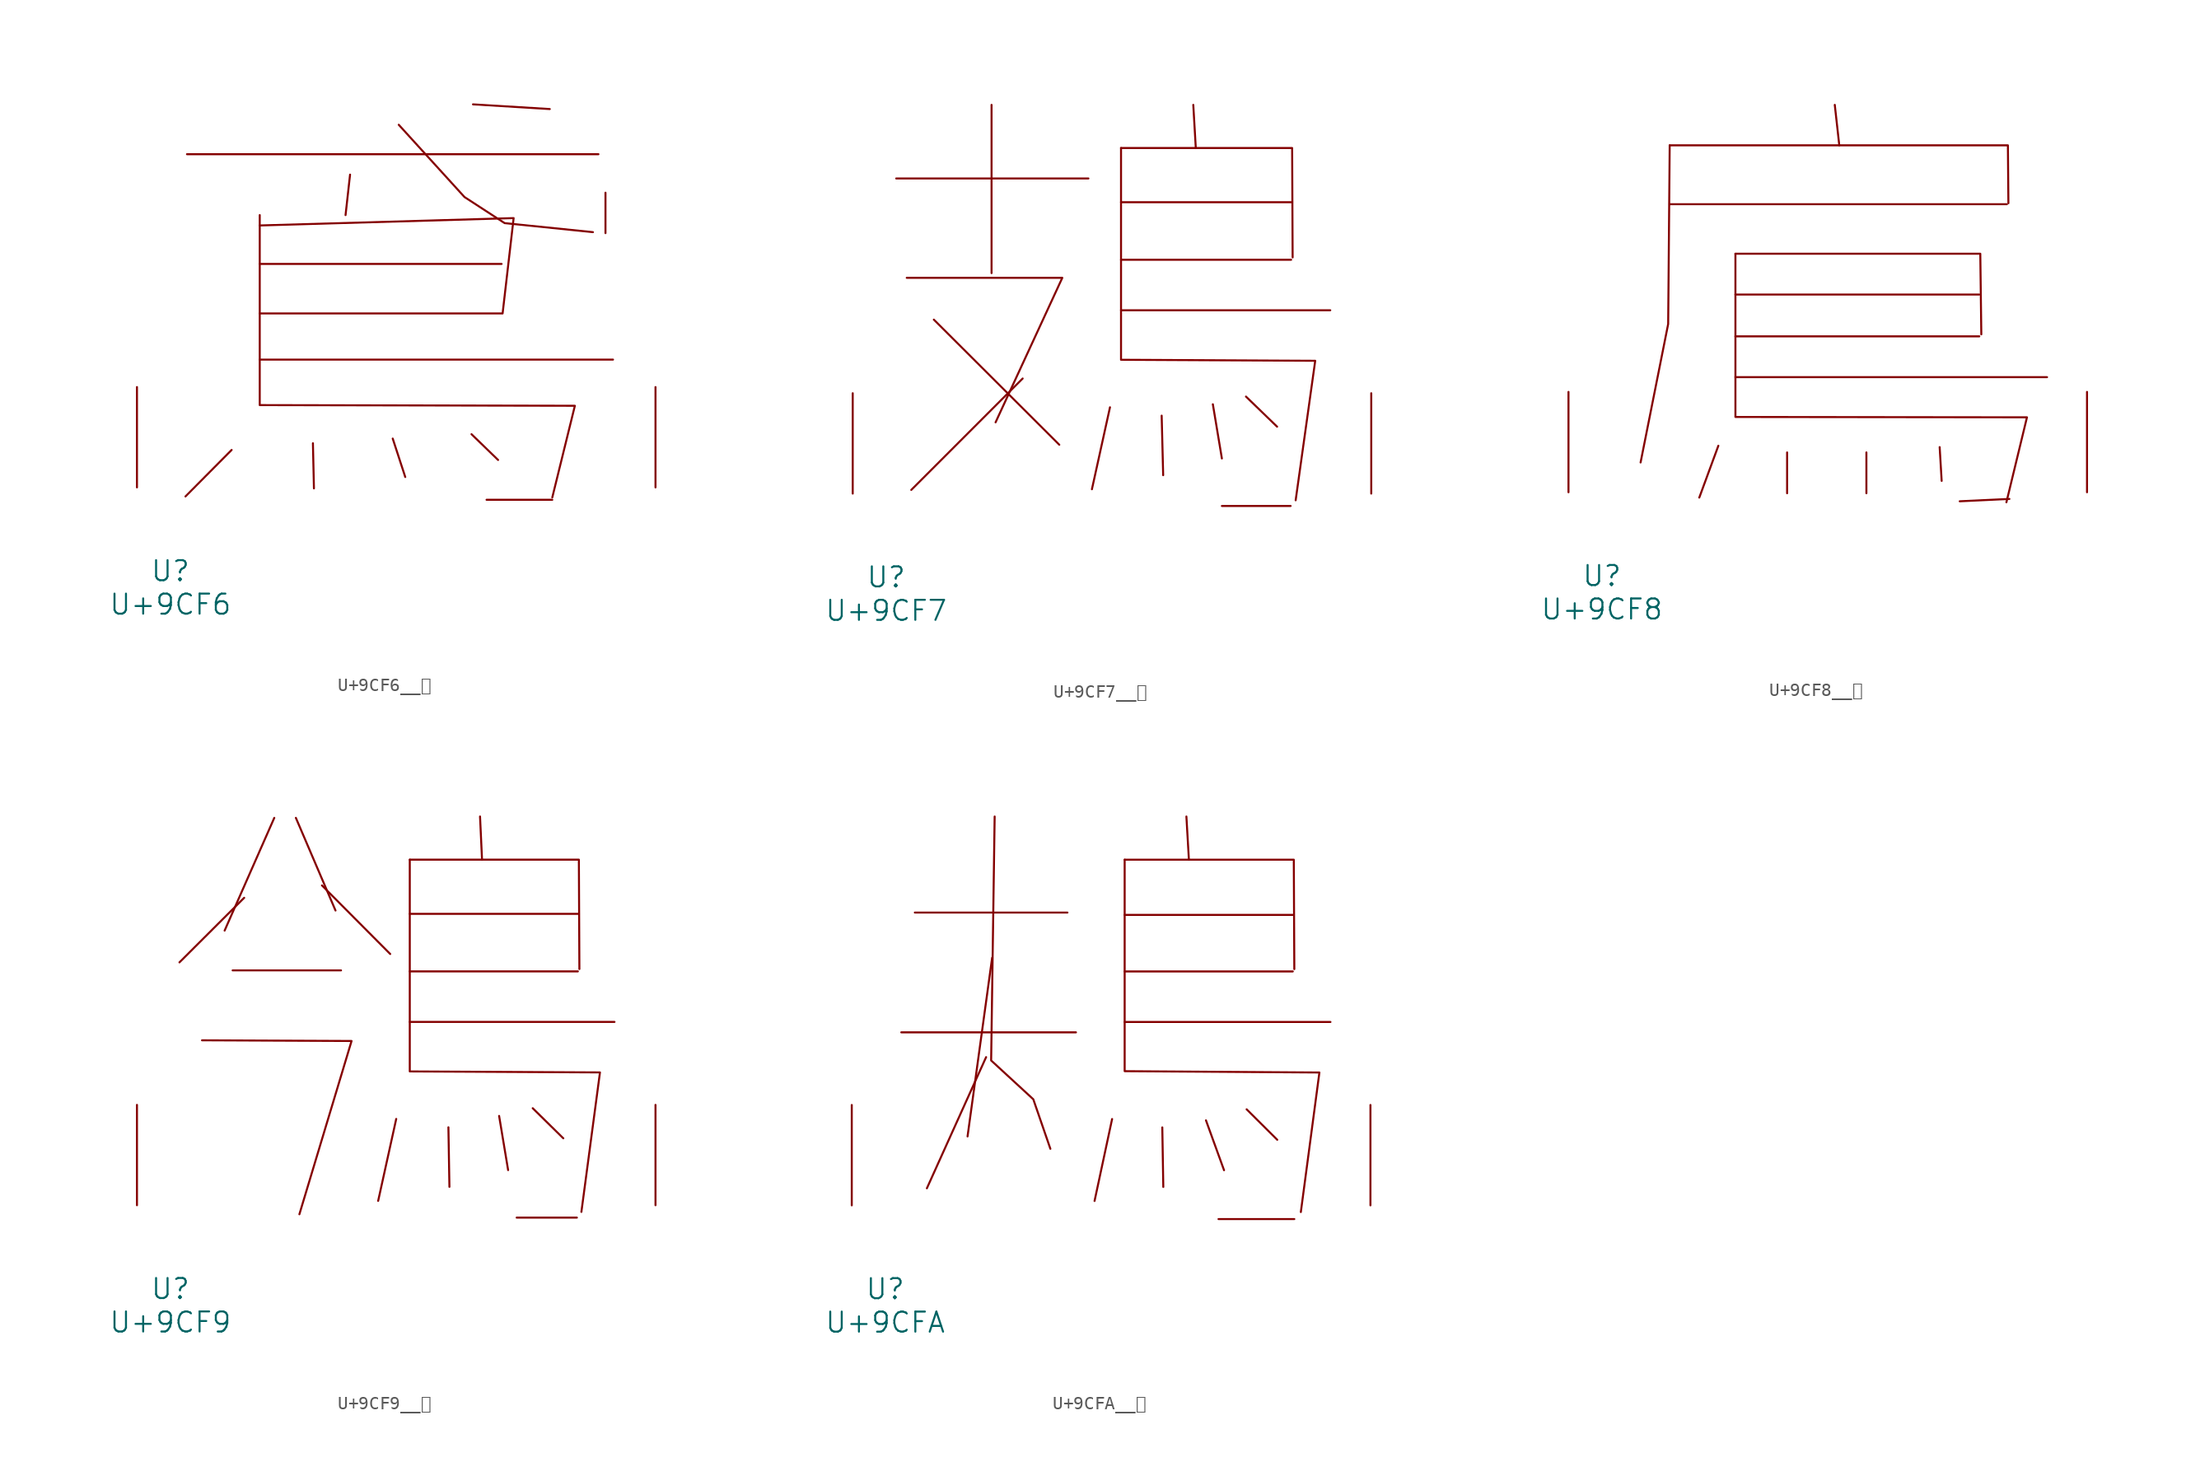
<source format=kicad_sym>
(kicad_symbol_lib
  (version 20231120)
  (generator "kicad_symbol_editor")
  (generator_version "8.0")
  (symbol "U+9CF6__鳶"
    (pin_names
      (offset 1.016))
    (property "Reference" "U"
      (at 0 -6.35 0)
      (effects (font (size 1.524 1.524))))
    (property "Value" "U+9CF6"
      (at 0 -8.89 0)
      (effects (font (size 1.524 1.524))))
    (symbol "U+9CF6__鳶_0_1"
      (polyline (pts (xy 1.257 25.298) (xy 32.499 25.298)) (stroke (width 0) (type solid)) (fill (type none)))
      (polyline (pts (xy 4.648 2.845) (xy 1.143 -0.686)) (stroke (width 0) (type solid)) (fill (type none)))
      (polyline (pts (xy 6.782 9.703) (xy 33.604 9.703)) (stroke (width 0) (type solid)) (fill (type none)))
      (polyline (pts (xy 6.782 13.208) (xy 25.146 13.208)) (stroke (width 0) (type solid)) (fill (type none)))
      (polyline (pts (xy 6.782 16.967) (xy 25.146 16.967)) (stroke (width 0) (type solid)) (fill (type none)))
      (polyline (pts (xy 10.82 3.353) (xy 10.897 -0.076)) (stroke (width 0) (type solid)) (fill (type none)))
      (polyline (pts (xy 13.64 23.749) (xy 13.297 20.676)) (stroke (width 0) (type solid)) (fill (type none)))
      (polyline (pts (xy 16.878 3.708) (xy 17.831 0.787)) (stroke (width 0) (type solid)) (fill (type none)))
      (polyline (pts (xy 22.86 4.039) (xy 24.879 2.083)) (stroke (width 0) (type solid)) (fill (type none)))
      (polyline (pts (xy 22.974 29.083) (xy 28.804 28.727)) (stroke (width 0) (type solid)) (fill (type none)))
      (polyline (pts (xy 24.003 -0.94) (xy 28.994 -0.94)) (stroke (width 0) (type solid)) (fill (type none)))
      (polyline (pts (xy 33.033 22.377) (xy 33.033 19.304)) (stroke (width 0) (type solid)) (fill (type none)))
      (polyline (pts (xy 6.782 19.888) (xy 26.06 20.447) (xy 25.222 13.208)) (stroke (width 0) (type solid)) (fill (type none)))
      (polyline (pts (xy 6.782 20.676) (xy 6.782 6.248) (xy 30.709 6.198) (xy 28.994 -0.762)) (stroke (width 0) (type solid)) (fill (type none)))
      (polyline (pts (xy 17.335 27.534) (xy 22.327 22.047) (xy 25.375 20.066) (xy 32.08 19.38)) (stroke (width 0) (type solid)) (fill (type none)))
      (pin input line (at -2.54 0 90) (length 7.62) (name "~" (effects (font (size 1.27 1.27)))) (number "~" (effects (font (size 1.27 1.27)))))
      (pin input line (at 36.83 0 90) (length 7.62) (name "~" (effects (font (size 1.27 1.27)))) (number "~" (effects (font (size 1.27 1.27)))))))
  (symbol "U+9CF7__鳷"
    (pin_names
      (offset 1.016))
    (property "Reference" "U"
      (at 0 -6.35 0)
      (effects (font (size 1.524 1.524))))
    (property "Value" "U+9CF7"
      (at 0 -8.89 0)
      (effects (font (size 1.524 1.524))))
    (symbol "U+9CF7__鳷_0_1"
      (polyline (pts (xy 0.762 23.927) (xy 15.354 23.927)) (stroke (width 0) (type solid)) (fill (type none)))
      (polyline (pts (xy 3.619 13.208) (xy 13.145 3.708)) (stroke (width 0) (type solid)) (fill (type none)))
      (polyline (pts (xy 8.001 29.515) (xy 8.001 16.739)) (stroke (width 0) (type solid)) (fill (type none)))
      (polyline (pts (xy 10.363 8.738) (xy 1.905 0.279)) (stroke (width 0) (type solid)) (fill (type none)))
      (polyline (pts (xy 16.993 6.553) (xy 15.621 0.33)) (stroke (width 0) (type solid)) (fill (type none)))
      (polyline (pts (xy 17.831 13.919) (xy 33.718 13.919)) (stroke (width 0) (type solid)) (fill (type none)))
      (polyline (pts (xy 17.831 17.755) (xy 30.747 17.755)) (stroke (width 0) (type solid)) (fill (type none)))
      (polyline (pts (xy 17.831 22.123) (xy 30.747 22.123)) (stroke (width 0) (type solid)) (fill (type none)))
      (polyline (pts (xy 20.917 5.918) (xy 21.031 1.397)) (stroke (width 0) (type solid)) (fill (type none)))
      (polyline (pts (xy 23.317 29.515) (xy 23.508 26.238)) (stroke (width 0) (type solid)) (fill (type none)))
      (polyline (pts (xy 24.803 6.782) (xy 25.489 2.667)) (stroke (width 0) (type solid)) (fill (type none)))
      (polyline (pts (xy 25.489 -0.94) (xy 30.709 -0.94)) (stroke (width 0) (type solid)) (fill (type none)))
      (polyline (pts (xy 27.318 7.366) (xy 29.68 5.08)) (stroke (width 0) (type solid)) (fill (type none)))
      (polyline (pts (xy 1.562 16.383) (xy 13.373 16.383) (xy 8.306 5.41)) (stroke (width 0) (type solid)) (fill (type none)))
      (polyline (pts (xy 17.831 26.238) (xy 30.823 26.238) (xy 30.861 17.932)) (stroke (width 0) (type solid)) (fill (type none)))
      (polyline (pts (xy 17.831 26.238) (xy 17.831 10.16) (xy 32.575 10.084) (xy 31.09 -0.508)) (stroke (width 0) (type solid)) (fill (type none)))
      (pin input line (at -2.54 0 90) (length 7.62) (name "~" (effects (font (size 1.27 1.27)))) (number "~" (effects (font (size 1.27 1.27)))))
      (pin input line (at 36.83 0 90) (length 7.62) (name "~" (effects (font (size 1.27 1.27)))) (number "~" (effects (font (size 1.27 1.27)))))))
  (symbol "U+9CF8__鳸"
    (pin_names
      (offset 1.016))
    (property "Reference" "U"
      (at 0 -6.35 0)
      (effects (font (size 1.524 1.524))))
    (property "Value" "U+9CF8"
      (at 0 -8.89 0)
      (effects (font (size 1.524 1.524))))
    (symbol "U+9CF8__鳸_0_1"
      (polyline (pts (xy 5.144 21.869) (xy 30.747 21.869)) (stroke (width 0) (type solid)) (fill (type none)))
      (polyline (pts (xy 8.839 3.531) (xy 7.391 -0.406)) (stroke (width 0) (type solid)) (fill (type none)))
      (polyline (pts (xy 10.135 8.738) (xy 33.795 8.738)) (stroke (width 0) (type solid)) (fill (type none)))
      (polyline (pts (xy 10.135 11.836) (xy 28.651 11.836)) (stroke (width 0) (type solid)) (fill (type none)))
      (polyline (pts (xy 10.135 15.011) (xy 28.651 15.011)) (stroke (width 0) (type solid)) (fill (type none)))
      (polyline (pts (xy 14.059 3.023) (xy 14.059 -0.076)) (stroke (width 0) (type solid)) (fill (type none)))
      (polyline (pts (xy 17.678 29.413) (xy 18.021 26.34)) (stroke (width 0) (type solid)) (fill (type none)))
      (polyline (pts (xy 20.079 3.023) (xy 20.079 -0.076)) (stroke (width 0) (type solid)) (fill (type none)))
      (polyline (pts (xy 25.641 3.429) (xy 25.794 0.864)) (stroke (width 0) (type solid)) (fill (type none)))
      (polyline (pts (xy 30.937 -0.508) (xy 27.165 -0.686)) (stroke (width 0) (type solid)) (fill (type none)))
      (polyline (pts (xy 5.144 26.34) (xy 5.029 12.776) (xy 2.934 2.261)) (stroke (width 0) (type solid)) (fill (type none)))
      (polyline (pts (xy 5.144 26.34) (xy 30.823 26.34) (xy 30.861 21.946)) (stroke (width 0) (type solid)) (fill (type none)))
      (polyline (pts (xy 10.135 18.11) (xy 28.727 18.11) (xy 28.804 11.989)) (stroke (width 0) (type solid)) (fill (type none)))
      (polyline (pts (xy 10.135 18.11) (xy 10.135 5.715) (xy 32.271 5.69) (xy 30.709 -0.762)) (stroke (width 0) (type solid)) (fill (type none)))
      (pin input line (at -2.54 0 90) (length 7.62) (name "~" (effects (font (size 1.27 1.27)))) (number "~" (effects (font (size 1.27 1.27)))))
      (pin input line (at 36.83 0 90) (length 7.62) (name "~" (effects (font (size 1.27 1.27)))) (number "~" (effects (font (size 1.27 1.27)))))))
  (symbol "U+9CF9__鳹"
    (pin_names
      (offset 1.016))
    (property "Reference" "U"
      (at 0 -6.35 0)
      (effects (font (size 1.524 1.524))))
    (property "Value" "U+9CF9"
      (at 0 -8.89 0)
      (effects (font (size 1.524 1.524))))
    (symbol "U+9CF9__鳹_0_1"
      (polyline (pts (xy 4.724 17.831) (xy 12.954 17.831)) (stroke (width 0) (type solid)) (fill (type none)))
      (polyline (pts (xy 5.601 23.343) (xy 0.686 18.44)) (stroke (width 0) (type solid)) (fill (type none)))
      (polyline (pts (xy 7.887 29.413) (xy 4.115 20.853)) (stroke (width 0) (type solid)) (fill (type none)))
      (polyline (pts (xy 9.525 29.413) (xy 12.535 22.377)) (stroke (width 0) (type solid)) (fill (type none)))
      (polyline (pts (xy 11.506 24.282) (xy 16.688 19.075)) (stroke (width 0) (type solid)) (fill (type none)))
      (polyline (pts (xy 17.145 6.553) (xy 15.773 0.33)) (stroke (width 0) (type solid)) (fill (type none)))
      (polyline (pts (xy 18.174 13.919) (xy 33.718 13.919)) (stroke (width 0) (type solid)) (fill (type none)))
      (polyline (pts (xy 18.174 17.755) (xy 30.937 17.755)) (stroke (width 0) (type solid)) (fill (type none)))
      (polyline (pts (xy 18.174 22.123) (xy 30.937 22.123)) (stroke (width 0) (type solid)) (fill (type none)))
      (polyline (pts (xy 21.107 5.918) (xy 21.184 1.397)) (stroke (width 0) (type solid)) (fill (type none)))
      (polyline (pts (xy 23.508 29.515) (xy 23.66 26.238)) (stroke (width 0) (type solid)) (fill (type none)))
      (polyline (pts (xy 24.956 6.782) (xy 25.641 2.667)) (stroke (width 0) (type solid)) (fill (type none)))
      (polyline (pts (xy 26.289 -0.94) (xy 30.861 -0.94)) (stroke (width 0) (type solid)) (fill (type none)))
      (polyline (pts (xy 27.508 7.366) (xy 29.832 5.08)) (stroke (width 0) (type solid)) (fill (type none)))
      (polyline (pts (xy 2.4 12.522) (xy 13.754 12.471) (xy 9.792 -0.686)) (stroke (width 0) (type solid)) (fill (type none)))
      (polyline (pts (xy 18.174 26.238) (xy 31.013 26.238) (xy 31.052 17.932)) (stroke (width 0) (type solid)) (fill (type none)))
      (polyline (pts (xy 18.174 26.238) (xy 18.174 10.16) (xy 32.614 10.084) (xy 31.204 -0.508)) (stroke (width 0) (type solid)) (fill (type none)))
      (pin input line (at -2.54 0 90) (length 7.62) (name "~" (effects (font (size 1.27 1.27)))) (number "~" (effects (font (size 1.27 1.27)))))
      (pin input line (at 36.83 0 90) (length 7.62) (name "~" (effects (font (size 1.27 1.27)))) (number "~" (effects (font (size 1.27 1.27)))))))
  (symbol "U+9CFA__鳺"
    (pin_names
      (offset 1.016))
    (property "Reference" "U"
      (at 0 -6.35 0)
      (effects (font (size 1.524 1.524))))
    (property "Value" "U+9CFA"
      (at 0 -8.89 0)
      (effects (font (size 1.524 1.524))))
    (symbol "U+9CFA__鳺_0_1"
      (polyline (pts (xy 1.219 13.132) (xy 14.478 13.132)) (stroke (width 0) (type solid)) (fill (type none)))
      (polyline (pts (xy 2.248 22.225) (xy 13.83 22.225)) (stroke (width 0) (type solid)) (fill (type none)))
      (polyline (pts (xy 7.658 11.252) (xy 3.162 1.295)) (stroke (width 0) (type solid)) (fill (type none)))
      (polyline (pts (xy 8.115 18.796) (xy 6.248 5.232)) (stroke (width 0) (type solid)) (fill (type none)))
      (polyline (pts (xy 17.221 6.553) (xy 15.888 0.33)) (stroke (width 0) (type solid)) (fill (type none)))
      (polyline (pts (xy 18.174 13.919) (xy 33.795 13.919)) (stroke (width 0) (type solid)) (fill (type none)))
      (polyline (pts (xy 18.174 17.755) (xy 30.937 17.755)) (stroke (width 0) (type solid)) (fill (type none)))
      (polyline (pts (xy 18.174 22.047) (xy 30.937 22.047)) (stroke (width 0) (type solid)) (fill (type none)))
      (polyline (pts (xy 21.031 5.918) (xy 21.107 1.397)) (stroke (width 0) (type solid)) (fill (type none)))
      (polyline (pts (xy 22.86 29.515) (xy 23.05 26.238)) (stroke (width 0) (type solid)) (fill (type none)))
      (polyline (pts (xy 24.346 6.452) (xy 25.718 2.667)) (stroke (width 0) (type solid)) (fill (type none)))
      (polyline (pts (xy 25.298 -1.041) (xy 31.052 -1.041)) (stroke (width 0) (type solid)) (fill (type none)))
      (polyline (pts (xy 27.432 7.29) (xy 29.756 4.978)) (stroke (width 0) (type solid)) (fill (type none)))
      (polyline (pts (xy 18.174 26.238) (xy 31.013 26.238) (xy 31.052 17.932)) (stroke (width 0) (type solid)) (fill (type none)))
      (polyline (pts (xy 8.306 29.515) (xy 8.039 10.998) (xy 11.239 8.052) (xy 12.535 4.293)) (stroke (width 0) (type solid)) (fill (type none)))
      (polyline (pts (xy 18.174 26.238) (xy 18.174 10.185) (xy 32.956 10.084) (xy 31.547 -0.508)) (stroke (width 0) (type solid)) (fill (type none)))
      (pin input line (at -2.54 0 90) (length 7.62) (name "~" (effects (font (size 1.27 1.27)))) (number "~" (effects (font (size 1.27 1.27)))))
      (pin input line (at 36.83 0 90) (length 7.62) (name "~" (effects (font (size 1.27 1.27)))) (number "~" (effects (font (size 1.27 1.27))))))))
</source>
